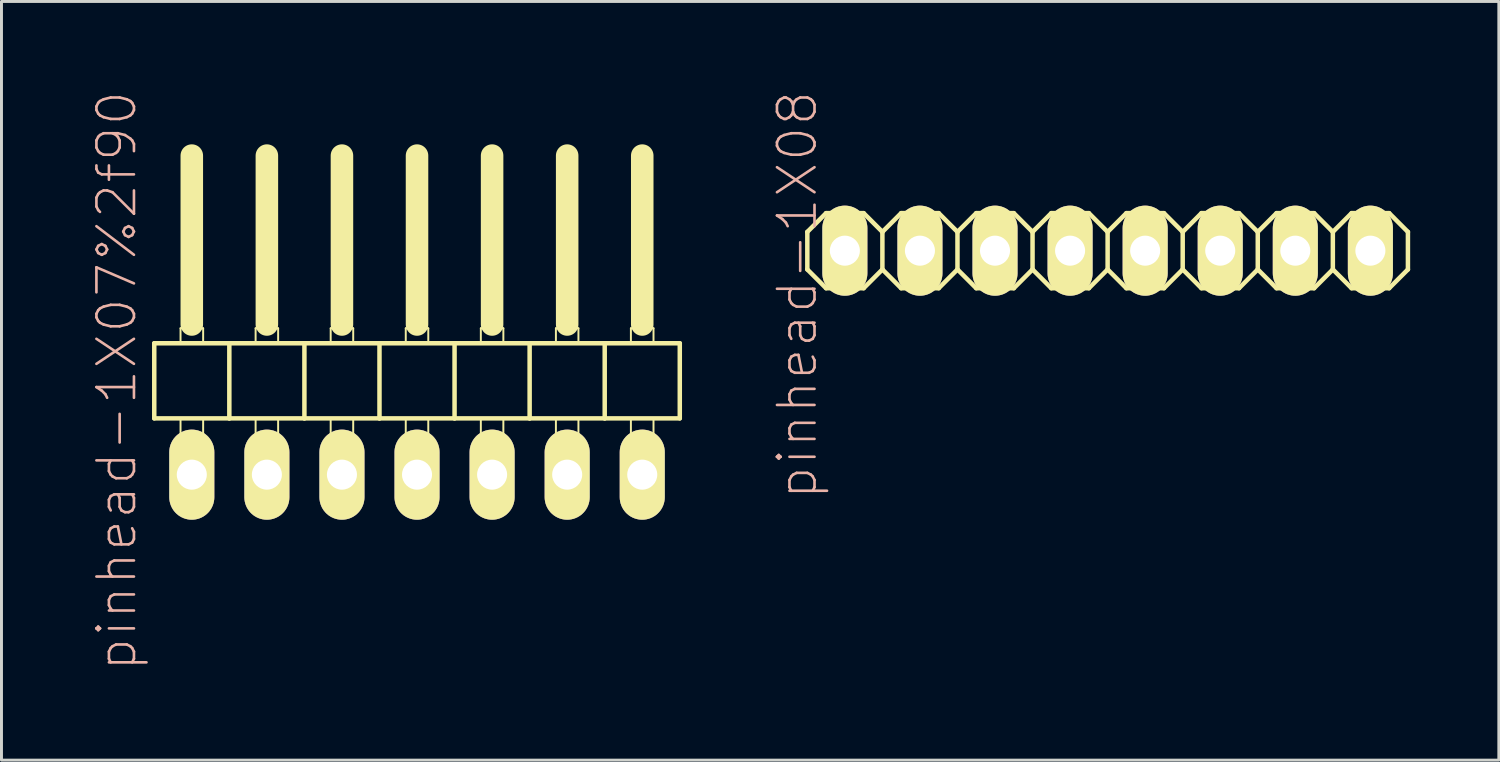
<source format=kicad_pcb>
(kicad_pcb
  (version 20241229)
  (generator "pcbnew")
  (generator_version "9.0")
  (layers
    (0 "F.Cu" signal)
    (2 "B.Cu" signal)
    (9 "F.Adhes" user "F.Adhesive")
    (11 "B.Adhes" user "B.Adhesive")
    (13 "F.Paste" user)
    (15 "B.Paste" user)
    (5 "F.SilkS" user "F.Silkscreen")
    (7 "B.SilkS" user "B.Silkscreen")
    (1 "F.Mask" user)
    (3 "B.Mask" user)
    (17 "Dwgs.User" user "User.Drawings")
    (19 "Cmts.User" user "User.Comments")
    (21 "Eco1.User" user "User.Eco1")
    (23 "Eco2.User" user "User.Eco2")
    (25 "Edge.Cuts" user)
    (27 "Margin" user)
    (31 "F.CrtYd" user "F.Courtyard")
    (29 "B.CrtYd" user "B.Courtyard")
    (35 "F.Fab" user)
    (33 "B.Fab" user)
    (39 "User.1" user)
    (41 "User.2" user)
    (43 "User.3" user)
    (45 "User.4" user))
  (footprint "pinhead-1X07%2f90"
    (layer "F.Cu")
    (at 11.059 9.199)
    (property "Reference" "pinhead-1X07%2f90" (at -10.16 0.635 90) (layer "B.SilkS") (effects (font (size 1.27 1.27) (thickness 0.089))))
    (attr exclude_from_pos_files exclude_from_bom)
    (fp_line (start -8.89 -0.635) (end -8.89 1.905) (stroke (width 0.152) (type solid)) (layer "F.SilkS"))
    (fp_line (start -8.89 1.905) (end -6.35 1.905) (stroke (width 0.152) (type solid)) (layer "F.SilkS"))
    (fp_line (start -8.001 -1.143) (end -7.236 -1.143) (stroke (width 0.066) (type solid)) (layer "F.SilkS"))
    (fp_line (start -8.001 -0.635) (end -8.001 -1.143) (stroke (width 0.066) (type solid)) (layer "F.SilkS"))
    (fp_line (start -8.001 -0.635) (end -7.236 -0.635) (stroke (width 0.066) (type solid)) (layer "F.SilkS"))
    (fp_line (start -8.001 1.905) (end -7.236 1.905) (stroke (width 0.066) (type solid)) (layer "F.SilkS"))
    (fp_line (start -8.001 2.921) (end -8.001 1.905) (stroke (width 0.066) (type solid)) (layer "F.SilkS"))
    (fp_line (start -8.001 2.921) (end -7.236 2.921) (stroke (width 0.066) (type solid)) (layer "F.SilkS"))
    (fp_line (start -7.62 -6.985) (end -7.62 -1.27) (stroke (width 0.762) (type solid)) (layer "F.SilkS"))
    (fp_line (start -7.236 -0.635) (end -7.236 -1.143) (stroke (width 0.066) (type solid)) (layer "F.SilkS"))
    (fp_line (start -7.236 2.921) (end -7.236 1.905) (stroke (width 0.066) (type solid)) (layer "F.SilkS"))
    (fp_line (start -6.35 -0.635) (end -8.89 -0.635) (stroke (width 0.152) (type solid)) (layer "F.SilkS"))
    (fp_line (start -6.35 1.905) (end -6.35 -0.635) (stroke (width 0.152) (type solid)) (layer "F.SilkS"))
    (fp_line (start -6.35 1.905) (end -3.81 1.905) (stroke (width 0.152) (type solid)) (layer "F.SilkS"))
    (fp_line (start -5.461 -1.143) (end -4.699 -1.143) (stroke (width 0.066) (type solid)) (layer "F.SilkS"))
    (fp_line (start -5.461 -0.635) (end -5.461 -1.143) (stroke (width 0.066) (type solid)) (layer "F.SilkS"))
    (fp_line (start -5.461 -0.635) (end -4.699 -0.635) (stroke (width 0.066) (type solid)) (layer "F.SilkS"))
    (fp_line (start -5.461 1.905) (end -4.699 1.905) (stroke (width 0.066) (type solid)) (layer "F.SilkS"))
    (fp_line (start -5.461 2.921) (end -5.461 1.905) (stroke (width 0.066) (type solid)) (layer "F.SilkS"))
    (fp_line (start -5.461 2.921) (end -4.699 2.921) (stroke (width 0.066) (type solid)) (layer "F.SilkS"))
    (fp_line (start -5.08 -6.985) (end -5.08 -1.27) (stroke (width 0.762) (type solid)) (layer "F.SilkS"))
    (fp_line (start -4.699 -0.635) (end -4.699 -1.143) (stroke (width 0.066) (type solid)) (layer "F.SilkS"))
    (fp_line (start -4.699 2.921) (end -4.699 1.905) (stroke (width 0.066) (type solid)) (layer "F.SilkS"))
    (fp_line (start -3.81 -0.635) (end -6.35 -0.635) (stroke (width 0.152) (type solid)) (layer "F.SilkS"))
    (fp_line (start -3.81 1.905) (end -3.81 -0.635) (stroke (width 0.152) (type solid)) (layer "F.SilkS"))
    (fp_line (start -3.81 1.905) (end -1.27 1.905) (stroke (width 0.152) (type solid)) (layer "F.SilkS"))
    (fp_line (start -2.921 -1.143) (end -2.159 -1.143) (stroke (width 0.066) (type solid)) (layer "F.SilkS"))
    (fp_line (start -2.921 -0.635) (end -2.921 -1.143) (stroke (width 0.066) (type solid)) (layer "F.SilkS"))
    (fp_line (start -2.921 -0.635) (end -2.159 -0.635) (stroke (width 0.066) (type solid)) (layer "F.SilkS"))
    (fp_line (start -2.921 1.905) (end -2.159 1.905) (stroke (width 0.066) (type solid)) (layer "F.SilkS"))
    (fp_line (start -2.921 2.921) (end -2.921 1.905) (stroke (width 0.066) (type solid)) (layer "F.SilkS"))
    (fp_line (start -2.921 2.921) (end -2.159 2.921) (stroke (width 0.066) (type solid)) (layer "F.SilkS"))
    (fp_line (start -2.54 -6.985) (end -2.54 -1.27) (stroke (width 0.762) (type solid)) (layer "F.SilkS"))
    (fp_line (start -2.159 -0.635) (end -2.159 -1.143) (stroke (width 0.066) (type solid)) (layer "F.SilkS"))
    (fp_line (start -2.159 2.921) (end -2.159 1.905) (stroke (width 0.066) (type solid)) (layer "F.SilkS"))
    (fp_line (start -1.27 -0.635) (end -3.81 -0.635) (stroke (width 0.152) (type solid)) (layer "F.SilkS"))
    (fp_line (start -1.27 1.905) (end -1.27 -0.635) (stroke (width 0.152) (type solid)) (layer "F.SilkS"))
    (fp_line (start -1.27 1.905) (end 1.27 1.905) (stroke (width 0.152) (type solid)) (layer "F.SilkS"))
    (fp_line (start -0.381 -1.143) (end 0.381 -1.143) (stroke (width 0.066) (type solid)) (layer "F.SilkS"))
    (fp_line (start -0.381 -0.635) (end -0.381 -1.143) (stroke (width 0.066) (type solid)) (layer "F.SilkS"))
    (fp_line (start -0.381 -0.635) (end 0.381 -0.635) (stroke (width 0.066) (type solid)) (layer "F.SilkS"))
    (fp_line (start -0.381 1.905) (end 0.381 1.905) (stroke (width 0.066) (type solid)) (layer "F.SilkS"))
    (fp_line (start -0.381 2.921) (end -0.381 1.905) (stroke (width 0.066) (type solid)) (layer "F.SilkS"))
    (fp_line (start -0.381 2.921) (end 0.381 2.921) (stroke (width 0.066) (type solid)) (layer "F.SilkS"))
    (fp_line (start 0 -6.985) (end 0 -1.27) (stroke (width 0.762) (type solid)) (layer "F.SilkS"))
    (fp_line (start 0.381 -0.635) (end 0.381 -1.143) (stroke (width 0.066) (type solid)) (layer "F.SilkS"))
    (fp_line (start 0.381 2.921) (end 0.381 1.905) (stroke (width 0.066) (type solid)) (layer "F.SilkS"))
    (fp_line (start 1.27 -0.635) (end -1.27 -0.635) (stroke (width 0.152) (type solid)) (layer "F.SilkS"))
    (fp_line (start 1.27 1.905) (end 1.27 -0.635) (stroke (width 0.152) (type solid)) (layer "F.SilkS"))
    (fp_line (start 1.27 1.905) (end 3.81 1.905) (stroke (width 0.152) (type solid)) (layer "F.SilkS"))
    (fp_line (start 2.159 -1.143) (end 2.921 -1.143) (stroke (width 0.066) (type solid)) (layer "F.SilkS"))
    (fp_line (start 2.159 -0.635) (end 2.159 -1.143) (stroke (width 0.066) (type solid)) (layer "F.SilkS"))
    (fp_line (start 2.159 -0.635) (end 2.921 -0.635) (stroke (width 0.066) (type solid)) (layer "F.SilkS"))
    (fp_line (start 2.159 1.905) (end 2.921 1.905) (stroke (width 0.066) (type solid)) (layer "F.SilkS"))
    (fp_line (start 2.159 2.921) (end 2.159 1.905) (stroke (width 0.066) (type solid)) (layer "F.SilkS"))
    (fp_line (start 2.159 2.921) (end 2.921 2.921) (stroke (width 0.066) (type solid)) (layer "F.SilkS"))
    (fp_line (start 2.54 -6.985) (end 2.54 -1.27) (stroke (width 0.762) (type solid)) (layer "F.SilkS"))
    (fp_line (start 2.921 -0.635) (end 2.921 -1.143) (stroke (width 0.066) (type solid)) (layer "F.SilkS"))
    (fp_line (start 2.921 2.921) (end 2.921 1.905) (stroke (width 0.066) (type solid)) (layer "F.SilkS"))
    (fp_line (start 3.81 -0.635) (end 1.27 -0.635) (stroke (width 0.152) (type solid)) (layer "F.SilkS"))
    (fp_line (start 3.81 1.905) (end 3.81 -0.635) (stroke (width 0.152) (type solid)) (layer "F.SilkS"))
    (fp_line (start 3.81 1.905) (end 6.35 1.905) (stroke (width 0.152) (type solid)) (layer "F.SilkS"))
    (fp_line (start 4.699 -1.143) (end 5.461 -1.143) (stroke (width 0.066) (type solid)) (layer "F.SilkS"))
    (fp_line (start 4.699 -0.635) (end 4.699 -1.143) (stroke (width 0.066) (type solid)) (layer "F.SilkS"))
    (fp_line (start 4.699 -0.635) (end 5.461 -0.635) (stroke (width 0.066) (type solid)) (layer "F.SilkS"))
    (fp_line (start 4.699 1.905) (end 5.461 1.905) (stroke (width 0.066) (type solid)) (layer "F.SilkS"))
    (fp_line (start 4.699 2.921) (end 4.699 1.905) (stroke (width 0.066) (type solid)) (layer "F.SilkS"))
    (fp_line (start 4.699 2.921) (end 5.461 2.921) (stroke (width 0.066) (type solid)) (layer "F.SilkS"))
    (fp_line (start 5.08 -6.985) (end 5.08 -1.27) (stroke (width 0.762) (type solid)) (layer "F.SilkS"))
    (fp_line (start 5.461 -0.635) (end 5.461 -1.143) (stroke (width 0.066) (type solid)) (layer "F.SilkS"))
    (fp_line (start 5.461 2.921) (end 5.461 1.905) (stroke (width 0.066) (type solid)) (layer "F.SilkS"))
    (fp_line (start 6.35 -0.635) (end 3.81 -0.635) (stroke (width 0.152) (type solid)) (layer "F.SilkS"))
    (fp_line (start 6.35 1.905) (end 6.35 -0.635) (stroke (width 0.152) (type solid)) (layer "F.SilkS"))
    (fp_line (start 6.35 1.905) (end 8.89 1.905) (stroke (width 0.152) (type solid)) (layer "F.SilkS"))
    (fp_line (start 7.236 -1.143) (end 8.001 -1.143) (stroke (width 0.066) (type solid)) (layer "F.SilkS"))
    (fp_line (start 7.236 -0.635) (end 7.236 -1.143) (stroke (width 0.066) (type solid)) (layer "F.SilkS"))
    (fp_line (start 7.236 -0.635) (end 8.001 -0.635) (stroke (width 0.066) (type solid)) (layer "F.SilkS"))
    (fp_line (start 7.236 1.905) (end 8.001 1.905) (stroke (width 0.066) (type solid)) (layer "F.SilkS"))
    (fp_line (start 7.236 2.921) (end 7.236 1.905) (stroke (width 0.066) (type solid)) (layer "F.SilkS"))
    (fp_line (start 7.236 2.921) (end 8.001 2.921) (stroke (width 0.066) (type solid)) (layer "F.SilkS"))
    (fp_line (start 7.62 -6.985) (end 7.62 -1.27) (stroke (width 0.762) (type solid)) (layer "F.SilkS"))
    (fp_line (start 8.001 -0.635) (end 8.001 -1.143) (stroke (width 0.066) (type solid)) (layer "F.SilkS"))
    (fp_line (start 8.001 2.921) (end 8.001 1.905) (stroke (width 0.066) (type solid)) (layer "F.SilkS"))
    (fp_line (start 8.89 -0.635) (end 6.35 -0.635) (stroke (width 0.152) (type solid)) (layer "F.SilkS"))
    (fp_line (start 8.89 1.905) (end 8.89 -0.635) (stroke (width 0.152) (type solid)) (layer "F.SilkS"))
    (pad "1" thru_hole oval (at -7.62 3.81) (size 1.524 3.048) (drill 1.016) (layers "*.Cu" "F.Mask" "F.SilkS" "F.Paste"))
    (pad "2" thru_hole oval (at -5.08 3.81) (size 1.524 3.048) (drill 1.016) (layers "*.Cu" "F.Mask" "F.SilkS" "F.Paste"))
    (pad "3" thru_hole oval (at -2.54 3.81) (size 1.524 3.048) (drill 1.016) (layers "*.Cu" "F.Mask" "F.SilkS" "F.Paste"))
    (pad "4" thru_hole oval (at 0 3.81) (size 1.524 3.048) (drill 1.016) (layers "*.Cu" "F.Mask" "F.SilkS" "F.Paste"))
    (pad "5" thru_hole oval (at 2.54 3.81) (size 1.524 3.048) (drill 1.016) (layers "*.Cu" "F.Mask" "F.SilkS" "F.Paste"))
    (pad "6" thru_hole oval (at 5.08 3.81) (size 1.524 3.048) (drill 1.016) (layers "*.Cu" "F.Mask" "F.SilkS" "F.Paste"))
    (pad "7" thru_hole oval (at 7.62 3.81) (size 1.524 3.048) (drill 1.016) (layers "*.Cu" "F.Mask" "F.SilkS" "F.Paste")))
  (footprint "pinhead-1X08"
    (layer "F.Cu")
    (at 34.424 5.431)
    (property "Reference" "pinhead-1X08" (at -10.5 1.5 90) (layer "B.SilkS") (effects (font (size 1.27 1.27) (thickness 0.089))))
    (attr exclude_from_pos_files exclude_from_bom)
    (fp_line (start -10.16 -0.635) (end -10.16 0.635) (stroke (width 0.152) (type solid)) (layer "F.SilkS"))
    (fp_line (start -10.16 0.635) (end -9.525 1.27) (stroke (width 0.152) (type solid)) (layer "F.SilkS"))
    (fp_line (start -9.525 -1.27) (end -10.16 -0.635) (stroke (width 0.152) (type solid)) (layer "F.SilkS"))
    (fp_line (start -9.525 -1.27) (end -8.255 -1.27) (stroke (width 0.152) (type solid)) (layer "F.SilkS"))
    (fp_line (start -9.144 -0.254) (end -8.636 -0.254) (stroke (width 0.066) (type solid)) (layer "F.SilkS"))
    (fp_line (start -9.144 0.254) (end -9.144 -0.254) (stroke (width 0.066) (type solid)) (layer "F.SilkS"))
    (fp_line (start -9.144 0.254) (end -8.636 0.254) (stroke (width 0.066) (type solid)) (layer "F.SilkS"))
    (fp_line (start -8.636 0.254) (end -8.636 -0.254) (stroke (width 0.066) (type solid)) (layer "F.SilkS"))
    (fp_line (start -8.255 -1.27) (end -7.62 -0.635) (stroke (width 0.152) (type solid)) (layer "F.SilkS"))
    (fp_line (start -8.255 1.27) (end -9.525 1.27) (stroke (width 0.152) (type solid)) (layer "F.SilkS"))
    (fp_line (start -7.62 -0.635) (end -7.62 0.635) (stroke (width 0.152) (type solid)) (layer "F.SilkS"))
    (fp_line (start -7.62 -0.635) (end -6.985 -1.27) (stroke (width 0.152) (type solid)) (layer "F.SilkS"))
    (fp_line (start -7.62 0.635) (end -8.255 1.27) (stroke (width 0.152) (type solid)) (layer "F.SilkS"))
    (fp_line (start -6.985 -1.27) (end -5.715 -1.27) (stroke (width 0.152) (type solid)) (layer "F.SilkS"))
    (fp_line (start -6.985 1.27) (end -7.62 0.635) (stroke (width 0.152) (type solid)) (layer "F.SilkS"))
    (fp_line (start -6.604 -0.254) (end -6.096 -0.254) (stroke (width 0.066) (type solid)) (layer "F.SilkS"))
    (fp_line (start -6.604 0.254) (end -6.604 -0.254) (stroke (width 0.066) (type solid)) (layer "F.SilkS"))
    (fp_line (start -6.604 0.254) (end -6.096 0.254) (stroke (width 0.066) (type solid)) (layer "F.SilkS"))
    (fp_line (start -6.096 0.254) (end -6.096 -0.254) (stroke (width 0.066) (type solid)) (layer "F.SilkS"))
    (fp_line (start -5.715 -1.27) (end -5.08 -0.635) (stroke (width 0.152) (type solid)) (layer "F.SilkS"))
    (fp_line (start -5.715 1.27) (end -6.985 1.27) (stroke (width 0.152) (type solid)) (layer "F.SilkS"))
    (fp_line (start -5.08 -0.635) (end -5.08 0.635) (stroke (width 0.152) (type solid)) (layer "F.SilkS"))
    (fp_line (start -5.08 -0.635) (end -4.445 -1.27) (stroke (width 0.152) (type solid)) (layer "F.SilkS"))
    (fp_line (start -5.08 0.635) (end -5.715 1.27) (stroke (width 0.152) (type solid)) (layer "F.SilkS"))
    (fp_line (start -4.445 -1.27) (end -3.175 -1.27) (stroke (width 0.152) (type solid)) (layer "F.SilkS"))
    (fp_line (start -4.445 1.27) (end -5.08 0.635) (stroke (width 0.152) (type solid)) (layer "F.SilkS"))
    (fp_line (start -4.064 -0.254) (end -3.556 -0.254) (stroke (width 0.066) (type solid)) (layer "F.SilkS"))
    (fp_line (start -4.064 0.254) (end -4.064 -0.254) (stroke (width 0.066) (type solid)) (layer "F.SilkS"))
    (fp_line (start -4.064 0.254) (end -3.556 0.254) (stroke (width 0.066) (type solid)) (layer "F.SilkS"))
    (fp_line (start -3.556 0.254) (end -3.556 -0.254) (stroke (width 0.066) (type solid)) (layer "F.SilkS"))
    (fp_line (start -3.175 -1.27) (end -2.54 -0.635) (stroke (width 0.152) (type solid)) (layer "F.SilkS"))
    (fp_line (start -3.175 1.27) (end -4.445 1.27) (stroke (width 0.152) (type solid)) (layer "F.SilkS"))
    (fp_line (start -2.54 -0.635) (end -2.54 0.635) (stroke (width 0.152) (type solid)) (layer "F.SilkS"))
    (fp_line (start -2.54 0.635) (end -3.175 1.27) (stroke (width 0.152) (type solid)) (layer "F.SilkS"))
    (fp_line (start -2.54 0.635) (end -1.905 1.27) (stroke (width 0.152) (type solid)) (layer "F.SilkS"))
    (fp_line (start -1.905 -1.27) (end -2.54 -0.635) (stroke (width 0.152) (type solid)) (layer "F.SilkS"))
    (fp_line (start -1.905 -1.27) (end -0.635 -1.27) (stroke (width 0.152) (type solid)) (layer "F.SilkS"))
    (fp_line (start -1.524 -0.254) (end -1.016 -0.254) (stroke (width 0.066) (type solid)) (layer "F.SilkS"))
    (fp_line (start -1.524 0.254) (end -1.524 -0.254) (stroke (width 0.066) (type solid)) (layer "F.SilkS"))
    (fp_line (start -1.524 0.254) (end -1.016 0.254) (stroke (width 0.066) (type solid)) (layer "F.SilkS"))
    (fp_line (start -1.016 0.254) (end -1.016 -0.254) (stroke (width 0.066) (type solid)) (layer "F.SilkS"))
    (fp_line (start -0.635 -1.27) (end 0 -0.635) (stroke (width 0.152) (type solid)) (layer "F.SilkS"))
    (fp_line (start -0.635 1.27) (end -1.905 1.27) (stroke (width 0.152) (type solid)) (layer "F.SilkS"))
    (fp_line (start 0 -0.635) (end 0 0.635) (stroke (width 0.152) (type solid)) (layer "F.SilkS"))
    (fp_line (start 0 -0.635) (end 0.635 -1.27) (stroke (width 0.152) (type solid)) (layer "F.SilkS"))
    (fp_line (start 0 0.635) (end -0.635 1.27) (stroke (width 0.152) (type solid)) (layer "F.SilkS"))
    (fp_line (start 0.635 -1.27) (end 1.905 -1.27) (stroke (width 0.152) (type solid)) (layer "F.SilkS"))
    (fp_line (start 0.635 1.27) (end 0 0.635) (stroke (width 0.152) (type solid)) (layer "F.SilkS"))
    (fp_line (start 1.016 -0.254) (end 1.524 -0.254) (stroke (width 0.066) (type solid)) (layer "F.SilkS"))
    (fp_line (start 1.016 0.254) (end 1.016 -0.254) (stroke (width 0.066) (type solid)) (layer "F.SilkS"))
    (fp_line (start 1.016 0.254) (end 1.524 0.254) (stroke (width 0.066) (type solid)) (layer "F.SilkS"))
    (fp_line (start 1.524 0.254) (end 1.524 -0.254) (stroke (width 0.066) (type solid)) (layer "F.SilkS"))
    (fp_line (start 1.905 -1.27) (end 2.54 -0.635) (stroke (width 0.152) (type solid)) (layer "F.SilkS"))
    (fp_line (start 1.905 1.27) (end 0.635 1.27) (stroke (width 0.152) (type solid)) (layer "F.SilkS"))
    (fp_line (start 2.54 -0.635) (end 2.54 0.635) (stroke (width 0.152) (type solid)) (layer "F.SilkS"))
    (fp_line (start 2.54 -0.635) (end 3.175 -1.27) (stroke (width 0.152) (type solid)) (layer "F.SilkS"))
    (fp_line (start 2.54 0.635) (end 1.905 1.27) (stroke (width 0.152) (type solid)) (layer "F.SilkS"))
    (fp_line (start 3.175 -1.27) (end 4.445 -1.27) (stroke (width 0.152) (type solid)) (layer "F.SilkS"))
    (fp_line (start 3.175 1.27) (end 2.54 0.635) (stroke (width 0.152) (type solid)) (layer "F.SilkS"))
    (fp_line (start 3.556 -0.254) (end 4.064 -0.254) (stroke (width 0.066) (type solid)) (layer "F.SilkS"))
    (fp_line (start 3.556 0.254) (end 3.556 -0.254) (stroke (width 0.066) (type solid)) (layer "F.SilkS"))
    (fp_line (start 3.556 0.254) (end 4.064 0.254) (stroke (width 0.066) (type solid)) (layer "F.SilkS"))
    (fp_line (start 4.064 0.254) (end 4.064 -0.254) (stroke (width 0.066) (type solid)) (layer "F.SilkS"))
    (fp_line (start 4.445 -1.27) (end 5.08 -0.635) (stroke (width 0.152) (type solid)) (layer "F.SilkS"))
    (fp_line (start 4.445 1.27) (end 3.175 1.27) (stroke (width 0.152) (type solid)) (layer "F.SilkS"))
    (fp_line (start 5.08 -0.635) (end 5.08 0.635) (stroke (width 0.152) (type solid)) (layer "F.SilkS"))
    (fp_line (start 5.08 0.635) (end 4.445 1.27) (stroke (width 0.152) (type solid)) (layer "F.SilkS"))
    (fp_line (start 5.08 0.635) (end 5.715 1.27) (stroke (width 0.152) (type solid)) (layer "F.SilkS"))
    (fp_line (start 5.715 -1.27) (end 5.08 -0.635) (stroke (width 0.152) (type solid)) (layer "F.SilkS"))
    (fp_line (start 5.715 -1.27) (end 6.985 -1.27) (stroke (width 0.152) (type solid)) (layer "F.SilkS"))
    (fp_line (start 6.096 -0.254) (end 6.604 -0.254) (stroke (width 0.066) (type solid)) (layer "F.SilkS"))
    (fp_line (start 6.096 0.254) (end 6.096 -0.254) (stroke (width 0.066) (type solid)) (layer "F.SilkS"))
    (fp_line (start 6.096 0.254) (end 6.604 0.254) (stroke (width 0.066) (type solid)) (layer "F.SilkS"))
    (fp_line (start 6.604 0.254) (end 6.604 -0.254) (stroke (width 0.066) (type solid)) (layer "F.SilkS"))
    (fp_line (start 6.985 -1.27) (end 7.62 -0.635) (stroke (width 0.152) (type solid)) (layer "F.SilkS"))
    (fp_line (start 6.985 1.27) (end 5.715 1.27) (stroke (width 0.152) (type solid)) (layer "F.SilkS"))
    (fp_line (start 7.62 -0.635) (end 7.62 0.635) (stroke (width 0.152) (type solid)) (layer "F.SilkS"))
    (fp_line (start 7.62 0.635) (end 6.985 1.27) (stroke (width 0.152) (type solid)) (layer "F.SilkS"))
    (fp_line (start 7.62 0.635) (end 8.255 1.27) (stroke (width 0.152) (type solid)) (layer "F.SilkS"))
    (fp_line (start 8.255 -1.27) (end 7.62 -0.635) (stroke (width 0.152) (type solid)) (layer "F.SilkS"))
    (fp_line (start 8.255 -1.27) (end 9.525 -1.27) (stroke (width 0.152) (type solid)) (layer "F.SilkS"))
    (fp_line (start 8.636 -0.254) (end 9.144 -0.254) (stroke (width 0.066) (type solid)) (layer "F.SilkS"))
    (fp_line (start 8.636 0.254) (end 8.636 -0.254) (stroke (width 0.066) (type solid)) (layer "F.SilkS"))
    (fp_line (start 8.636 0.254) (end 9.144 0.254) (stroke (width 0.066) (type solid)) (layer "F.SilkS"))
    (fp_line (start 9.144 0.254) (end 9.144 -0.254) (stroke (width 0.066) (type solid)) (layer "F.SilkS"))
    (fp_line (start 9.525 -1.27) (end 10.16 -0.635) (stroke (width 0.152) (type solid)) (layer "F.SilkS"))
    (fp_line (start 9.525 1.27) (end 8.255 1.27) (stroke (width 0.152) (type solid)) (layer "F.SilkS"))
    (fp_line (start 10.16 -0.635) (end 10.16 0.635) (stroke (width 0.152) (type solid)) (layer "F.SilkS"))
    (fp_line (start 10.16 0.635) (end 9.525 1.27) (stroke (width 0.152) (type solid)) (layer "F.SilkS"))
    (pad "1" thru_hole oval (at -8.89 0) (size 1.524 3.048) (drill 1.016) (layers "*.Cu" "*.Mask" "F.SilkS" "F.Paste"))
    (pad "2" thru_hole oval (at -6.35 0) (size 1.524 3.048) (drill 1.016) (layers "*.Cu" "*.Mask" "F.SilkS" "F.Paste"))
    (pad "3" thru_hole oval (at -3.81 0) (size 1.524 3.048) (drill 1.016) (layers "*.Cu" "*.Mask" "F.SilkS" "F.Paste"))
    (pad "4" thru_hole oval (at -1.27 0) (size 1.524 3.048) (drill 1.016) (layers "*.Cu" "*.Mask" "F.SilkS" "F.Paste"))
    (pad "5" thru_hole oval (at 1.27 0) (size 1.524 3.048) (drill 1.016) (layers "*.Cu" "*.Mask" "F.SilkS" "F.Paste"))
    (pad "6" thru_hole oval (at 3.81 0) (size 1.524 3.048) (drill 1.016) (layers "*.Cu" "*.Mask" "F.SilkS" "F.Paste"))
    (pad "7" thru_hole oval (at 6.35 0) (size 1.524 3.048) (drill 1.016) (layers "*.Cu" "*.Mask" "F.SilkS" "F.Paste"))
    (pad "8" thru_hole oval (at 8.89 0) (size 1.524 3.048) (drill 1.016) (layers "*.Cu" "*.Mask" "F.SilkS" "F.Paste")))
  (gr_rect
    (start -3 -3)
    (end 47.66 22.667)
    (stroke (width 0.1) (type default))
    (fill no)
    (layer "Edge.Cuts")))
</source>
